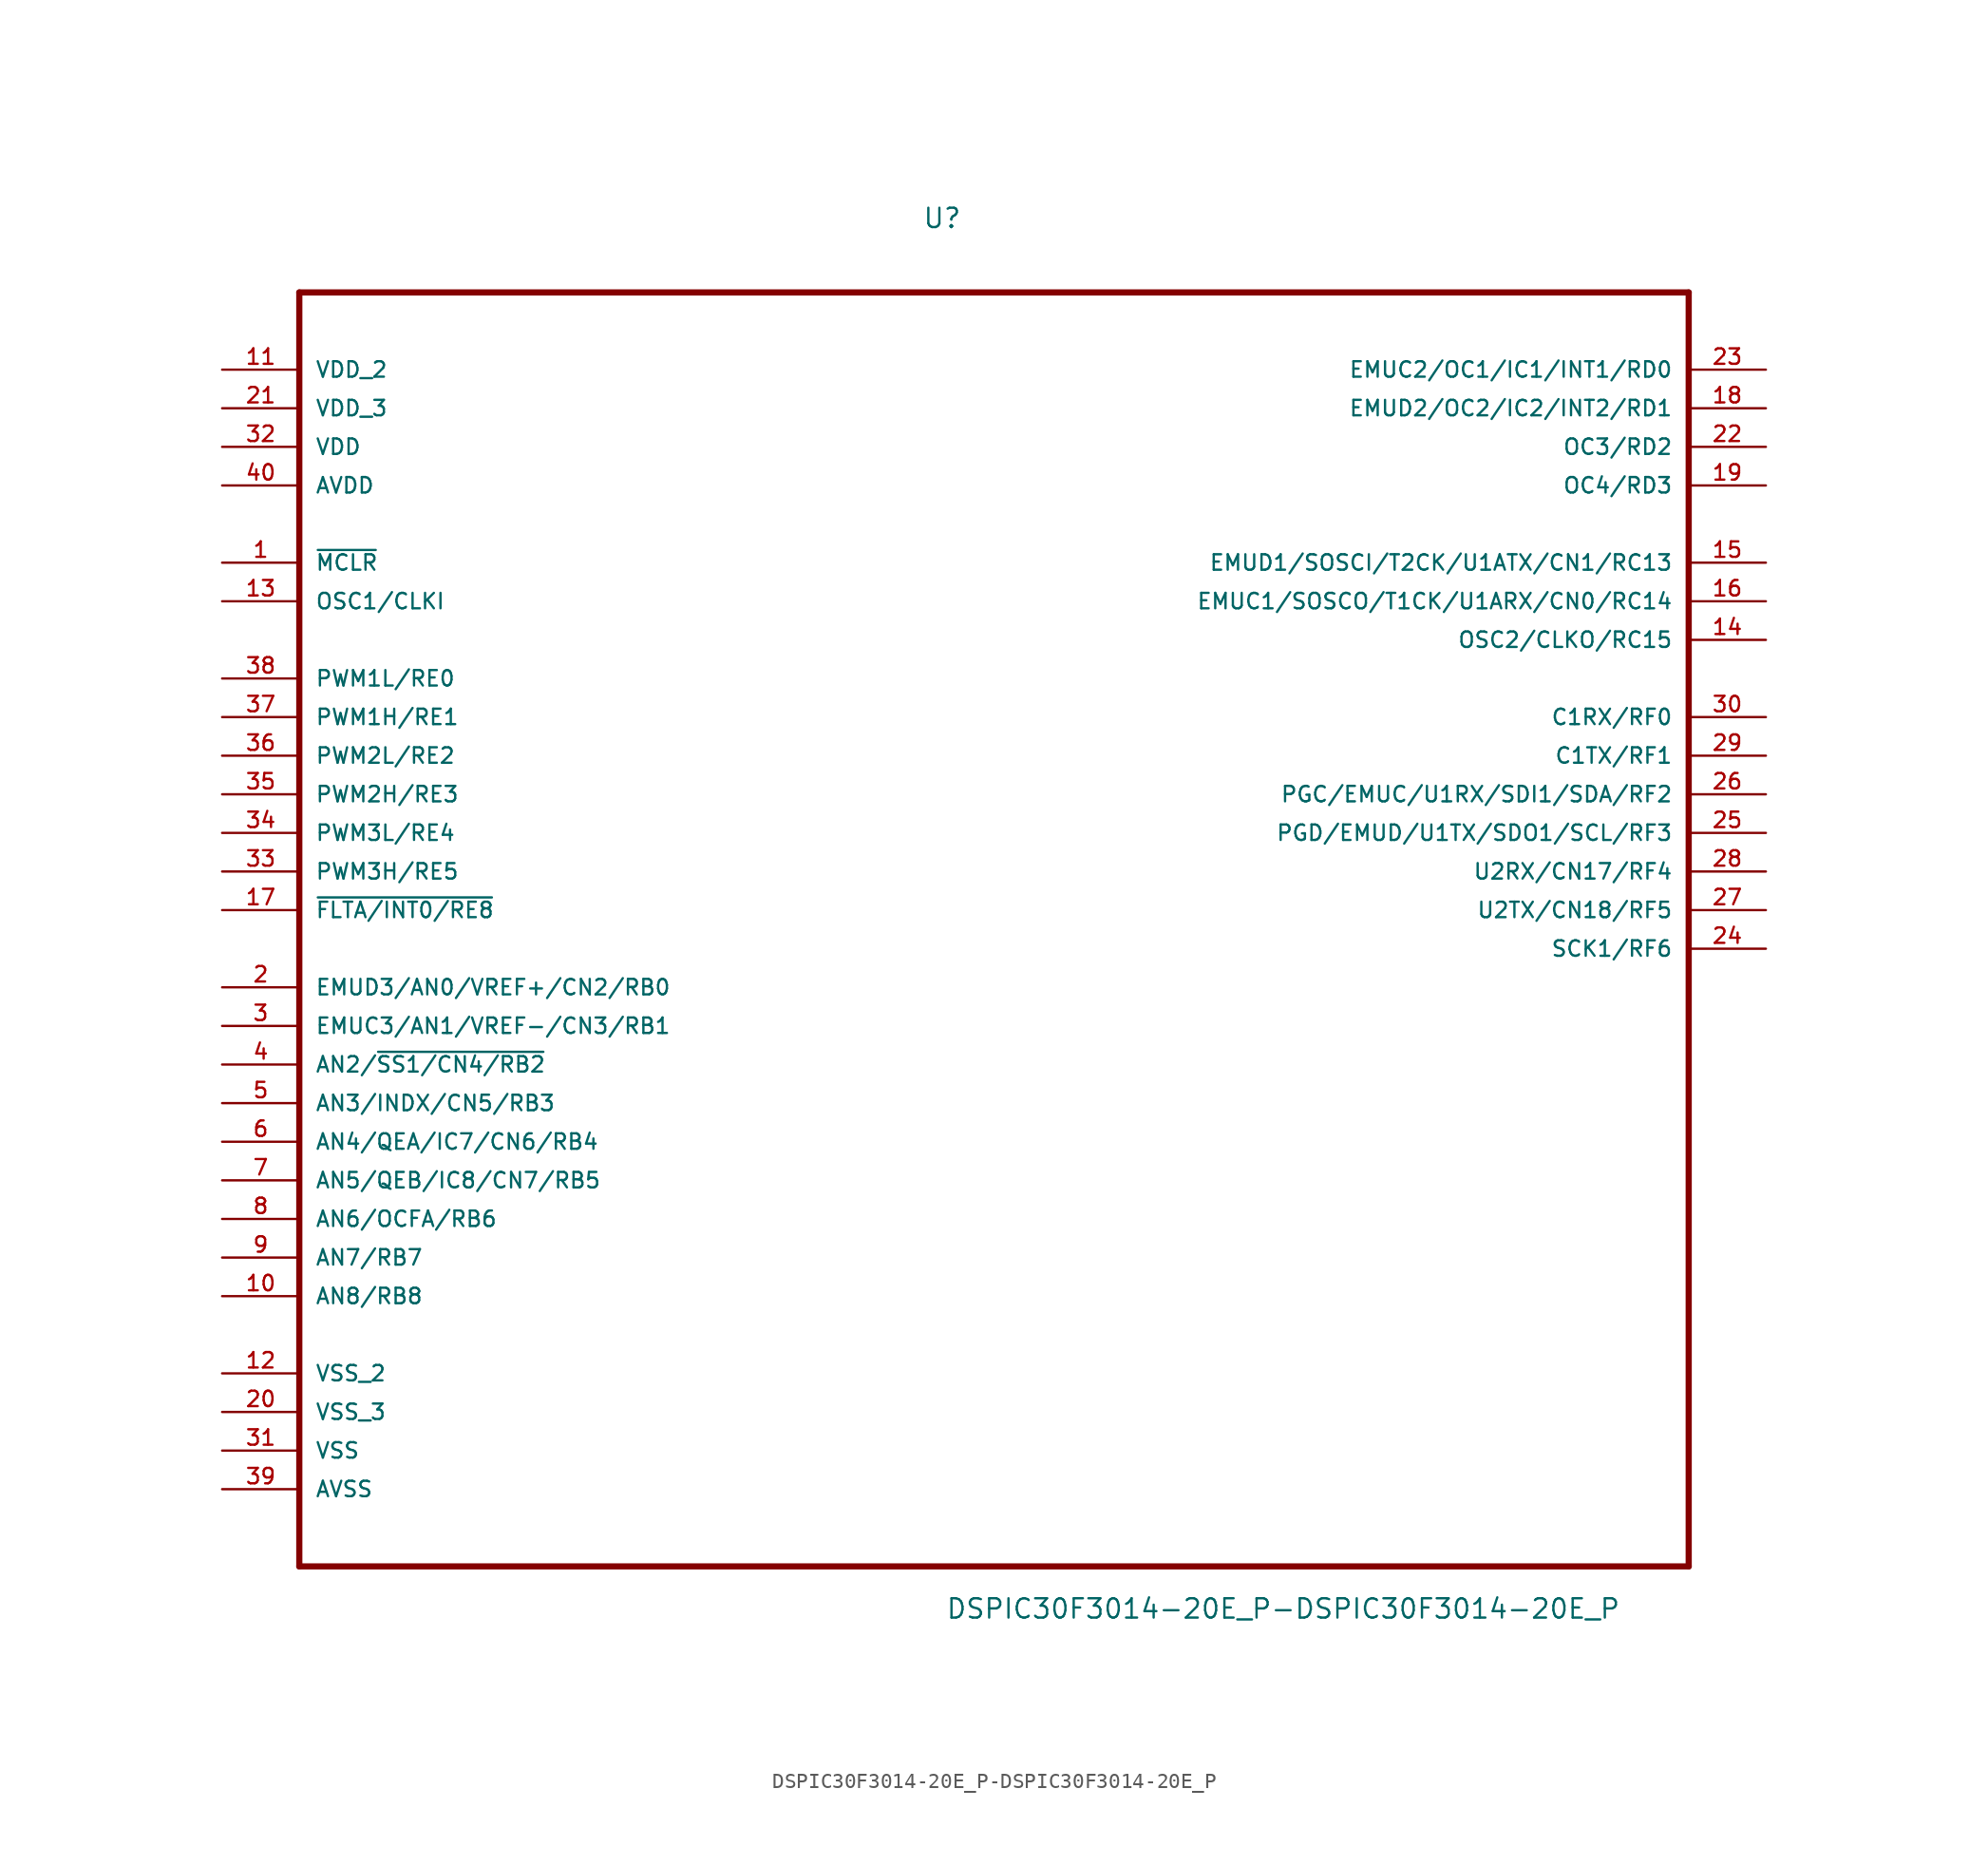
<source format=kicad_sym>
(kicad_symbol_lib
  (version 20231120)
  (generator "kicad_symbol_editor")
  (generator_version "8.0")
  (symbol "DSPIC30F3014-20E_P-DSPIC30F3014-20E_P"
    (pin_names
      (offset 1.016))
    (property "Reference" "U"
      (at -4.724 42.24 0)
      (effects (font (size 1.27 1.27)) (justify left bottom)))
    (property "Value" "DSPIC30F3014-20E_P-DSPIC30F3014-20E_P"
      (at -3.2 -49.251 0)
      (effects (font (size 1.27 1.27)) (justify left bottom)))
    (property "ki_locked" ""
      (at 0 0 0)
      (effects (font (size 1.27 1.27))))
    (symbol "DSPIC30F3014-20E_P-DSPIC30F3014-20E_P_0_0"
      (polyline (pts (xy -45.72 -45.72) (xy 45.72 -45.72)) (stroke (width 0.406) (type solid)) (fill (type none)))
      (polyline (pts (xy -45.72 38.1) (xy -45.72 -45.72)) (stroke (width 0.406) (type solid)) (fill (type none)))
      (polyline (pts (xy 45.72 -45.72) (xy 45.72 38.1)) (stroke (width 0.406) (type solid)) (fill (type none)))
      (polyline (pts (xy 45.72 38.1) (xy -45.72 38.1)) (stroke (width 0.406) (type solid)) (fill (type none)))
      (pin input line (at -50.8 20.32 0) (length 5.08) (name "~{MCLR}" (effects (font (size 1.016 1.016)))) (number "1" (effects (font (size 1.016 1.016)))))
      (pin bidirectional line (at -50.8 -27.94 0) (length 5.08) (name "AN8/RB8" (effects (font (size 1.016 1.016)))) (number "10" (effects (font (size 1.016 1.016)))))
      (pin power_in line (at -50.8 33.02 0) (length 5.08) (name "VDD_2" (effects (font (size 1.016 1.016)))) (number "11" (effects (font (size 1.016 1.016)))))
      (pin power_in line (at -50.8 -33.02 0) (length 5.08) (name "VSS_2" (effects (font (size 1.016 1.016)))) (number "12" (effects (font (size 1.016 1.016)))))
      (pin input line (at -50.8 17.78 0) (length 5.08) (name "OSC1/CLKI" (effects (font (size 1.016 1.016)))) (number "13" (effects (font (size 1.016 1.016)))))
      (pin output line (at 50.8 15.24 180) (length 5.08) (name "OSC2/CLKO/RC15" (effects (font (size 1.016 1.016)))) (number "14" (effects (font (size 1.016 1.016)))))
      (pin bidirectional line (at 50.8 20.32 180) (length 5.08) (name "EMUD1/SOSCI/T2CK/U1ATX/CN1/RC13" (effects (font (size 1.016 1.016)))) (number "15" (effects (font (size 1.016 1.016)))))
      (pin bidirectional line (at 50.8 17.78 180) (length 5.08) (name "EMUC1/SOSCO/T1CK/U1ARX/CN0/RC14" (effects (font (size 1.016 1.016)))) (number "16" (effects (font (size 1.016 1.016)))))
      (pin bidirectional line (at -50.8 -2.54 0) (length 5.08) (name "~{FLTA/INT0/RE8}" (effects (font (size 1.016 1.016)))) (number "17" (effects (font (size 1.016 1.016)))))
      (pin bidirectional line (at 50.8 30.48 180) (length 5.08) (name "EMUD2/OC2/IC2/INT2/RD1" (effects (font (size 1.016 1.016)))) (number "18" (effects (font (size 1.016 1.016)))))
      (pin bidirectional line (at 50.8 25.4 180) (length 5.08) (name "OC4/RD3" (effects (font (size 1.016 1.016)))) (number "19" (effects (font (size 1.016 1.016)))))
      (pin bidirectional line (at -50.8 -7.62 0) (length 5.08) (name "EMUD3/AN0/VREF+/CN2/RB0" (effects (font (size 1.016 1.016)))) (number "2" (effects (font (size 1.016 1.016)))))
      (pin power_in line (at -50.8 -35.56 0) (length 5.08) (name "VSS_3" (effects (font (size 1.016 1.016)))) (number "20" (effects (font (size 1.016 1.016)))))
      (pin power_in line (at -50.8 30.48 0) (length 5.08) (name "VDD_3" (effects (font (size 1.016 1.016)))) (number "21" (effects (font (size 1.016 1.016)))))
      (pin bidirectional line (at 50.8 27.94 180) (length 5.08) (name "OC3/RD2" (effects (font (size 1.016 1.016)))) (number "22" (effects (font (size 1.016 1.016)))))
      (pin bidirectional line (at 50.8 33.02 180) (length 5.08) (name "EMUC2/OC1/IC1/INT1/RD0" (effects (font (size 1.016 1.016)))) (number "23" (effects (font (size 1.016 1.016)))))
      (pin bidirectional line (at 50.8 -5.08 180) (length 5.08) (name "SCK1/RF6" (effects (font (size 1.016 1.016)))) (number "24" (effects (font (size 1.016 1.016)))))
      (pin bidirectional line (at 50.8 2.54 180) (length 5.08) (name "PGD/EMUD/U1TX/SDO1/SCL/RF3" (effects (font (size 1.016 1.016)))) (number "25" (effects (font (size 1.016 1.016)))))
      (pin bidirectional line (at 50.8 5.08 180) (length 5.08) (name "PGC/EMUC/U1RX/SDI1/SDA/RF2" (effects (font (size 1.016 1.016)))) (number "26" (effects (font (size 1.016 1.016)))))
      (pin bidirectional line (at 50.8 -2.54 180) (length 5.08) (name "U2TX/CN18/RF5" (effects (font (size 1.016 1.016)))) (number "27" (effects (font (size 1.016 1.016)))))
      (pin bidirectional line (at 50.8 0 180) (length 5.08) (name "U2RX/CN17/RF4" (effects (font (size 1.016 1.016)))) (number "28" (effects (font (size 1.016 1.016)))))
      (pin bidirectional line (at 50.8 7.62 180) (length 5.08) (name "C1TX/RF1" (effects (font (size 1.016 1.016)))) (number "29" (effects (font (size 1.016 1.016)))))
      (pin bidirectional line (at -50.8 -10.16 0) (length 5.08) (name "EMUC3/AN1/VREF-/CN3/RB1" (effects (font (size 1.016 1.016)))) (number "3" (effects (font (size 1.016 1.016)))))
      (pin bidirectional line (at 50.8 10.16 180) (length 5.08) (name "C1RX/RF0" (effects (font (size 1.016 1.016)))) (number "30" (effects (font (size 1.016 1.016)))))
      (pin power_in line (at -50.8 -38.1 0) (length 5.08) (name "VSS" (effects (font (size 1.016 1.016)))) (number "31" (effects (font (size 1.016 1.016)))))
      (pin power_in line (at -50.8 27.94 0) (length 5.08) (name "VDD" (effects (font (size 1.016 1.016)))) (number "32" (effects (font (size 1.016 1.016)))))
      (pin bidirectional line (at -50.8 0 0) (length 5.08) (name "PWM3H/RE5" (effects (font (size 1.016 1.016)))) (number "33" (effects (font (size 1.016 1.016)))))
      (pin bidirectional line (at -50.8 2.54 0) (length 5.08) (name "PWM3L/RE4" (effects (font (size 1.016 1.016)))) (number "34" (effects (font (size 1.016 1.016)))))
      (pin bidirectional line (at -50.8 5.08 0) (length 5.08) (name "PWM2H/RE3" (effects (font (size 1.016 1.016)))) (number "35" (effects (font (size 1.016 1.016)))))
      (pin bidirectional line (at -50.8 7.62 0) (length 5.08) (name "PWM2L/RE2" (effects (font (size 1.016 1.016)))) (number "36" (effects (font (size 1.016 1.016)))))
      (pin bidirectional line (at -50.8 10.16 0) (length 5.08) (name "PWM1H/RE1" (effects (font (size 1.016 1.016)))) (number "37" (effects (font (size 1.016 1.016)))))
      (pin bidirectional line (at -50.8 12.7 0) (length 5.08) (name "PWM1L/RE0" (effects (font (size 1.016 1.016)))) (number "38" (effects (font (size 1.016 1.016)))))
      (pin power_in line (at -50.8 -40.64 0) (length 5.08) (name "AVSS" (effects (font (size 1.016 1.016)))) (number "39" (effects (font (size 1.016 1.016)))))
      (pin bidirectional line (at -50.8 -12.7 0) (length 5.08) (name "AN2/~{SS1/CN4/RB2}" (effects (font (size 1.016 1.016)))) (number "4" (effects (font (size 1.016 1.016)))))
      (pin power_in line (at -50.8 25.4 0) (length 5.08) (name "AVDD" (effects (font (size 1.016 1.016)))) (number "40" (effects (font (size 1.016 1.016)))))
      (pin bidirectional line (at -50.8 -15.24 0) (length 5.08) (name "AN3/INDX/CN5/RB3" (effects (font (size 1.016 1.016)))) (number "5" (effects (font (size 1.016 1.016)))))
      (pin bidirectional line (at -50.8 -17.78 0) (length 5.08) (name "AN4/QEA/IC7/CN6/RB4" (effects (font (size 1.016 1.016)))) (number "6" (effects (font (size 1.016 1.016)))))
      (pin bidirectional line (at -50.8 -20.32 0) (length 5.08) (name "AN5/QEB/IC8/CN7/RB5" (effects (font (size 1.016 1.016)))) (number "7" (effects (font (size 1.016 1.016)))))
      (pin bidirectional line (at -50.8 -22.86 0) (length 5.08) (name "AN6/OCFA/RB6" (effects (font (size 1.016 1.016)))) (number "8" (effects (font (size 1.016 1.016)))))
      (pin bidirectional line (at -50.8 -25.4 0) (length 5.08) (name "AN7/RB7" (effects (font (size 1.016 1.016)))) (number "9" (effects (font (size 1.016 1.016))))))))
</source>
